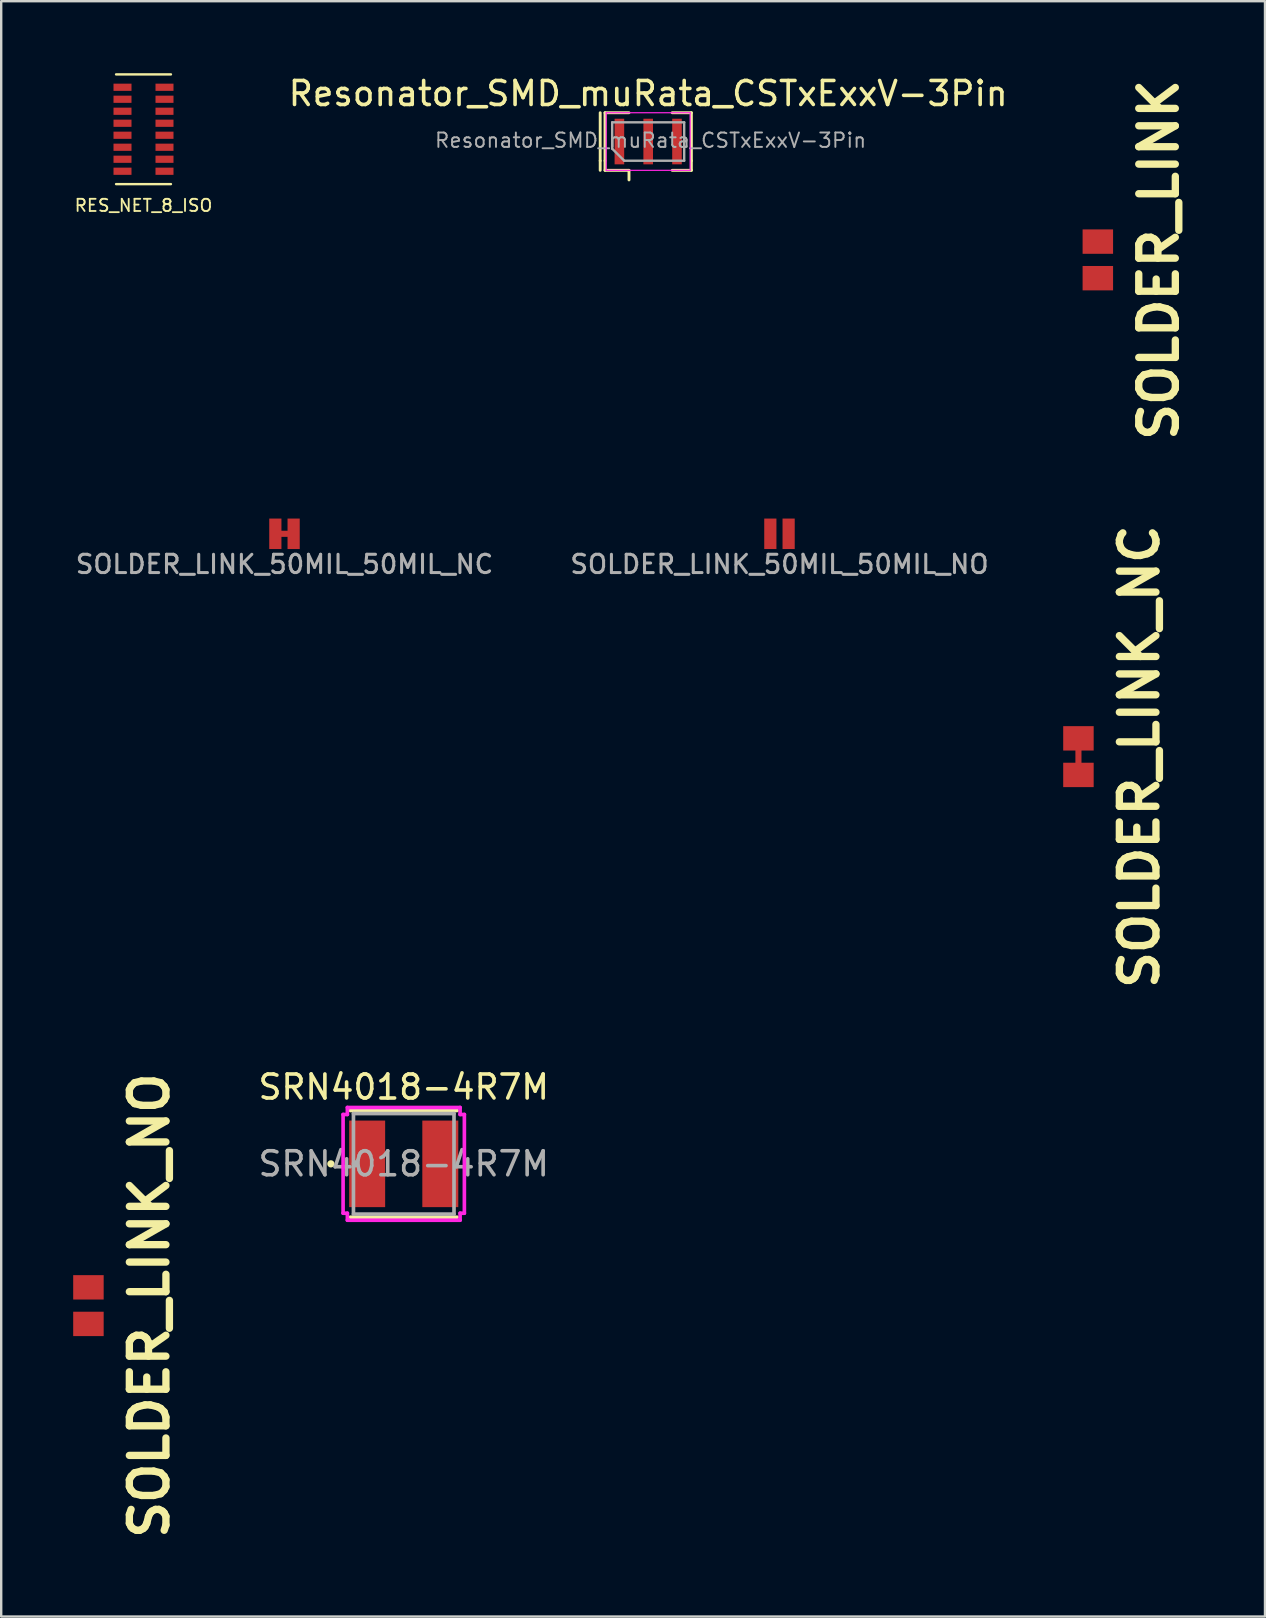
<source format=kicad_pcb>
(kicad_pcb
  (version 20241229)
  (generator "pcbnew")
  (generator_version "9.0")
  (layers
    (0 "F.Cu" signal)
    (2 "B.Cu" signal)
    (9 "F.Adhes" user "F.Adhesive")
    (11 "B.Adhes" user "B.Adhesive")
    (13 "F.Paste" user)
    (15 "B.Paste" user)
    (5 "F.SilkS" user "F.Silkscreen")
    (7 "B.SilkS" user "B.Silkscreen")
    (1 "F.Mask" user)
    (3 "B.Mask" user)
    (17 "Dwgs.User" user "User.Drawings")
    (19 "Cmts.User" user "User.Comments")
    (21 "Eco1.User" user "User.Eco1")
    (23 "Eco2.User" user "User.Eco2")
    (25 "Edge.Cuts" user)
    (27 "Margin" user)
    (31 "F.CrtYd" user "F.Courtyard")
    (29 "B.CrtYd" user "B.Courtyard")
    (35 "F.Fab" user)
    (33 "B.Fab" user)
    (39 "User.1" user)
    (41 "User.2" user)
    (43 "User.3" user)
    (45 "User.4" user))
  (footprint "RES_NET_8_ISO"
    (layer "F.Cu")
    (at 2.93 2.336)
    (property "Reference" "RES_NET_8_ISO" (at 0 3.175 0) (layer "F.SilkS") (effects (font (size 0.508 0.508) (thickness 0.076))))
    (attr through_hole)
    (fp_line (start -1.143 -2.286) (end 1.143 -2.286) (stroke (width 0.1) (type solid)) (layer "F.SilkS"))
    (fp_line (start -1.143 2.286) (end 1.143 2.286) (stroke (width 0.1) (type solid)) (layer "F.SilkS"))
    (pad "R11" smd rect (at -0.875 1.75 90) (size 0.3 0.75) (layers "F.Cu" "F.Mask" "F.Paste"))
    (pad "R12" smd rect (at 0.875 1.75 90) (size 0.3 0.75) (layers "F.Cu" "F.Mask" "F.Paste"))
    (pad "R21" smd rect (at -0.875 1.25 90) (size 0.3 0.75) (layers "F.Cu" "F.Mask" "F.Paste"))
    (pad "R22" smd rect (at 0.875 1.25 90) (size 0.3 0.75) (layers "F.Cu" "F.Mask" "F.Paste"))
    (pad "R31" smd rect (at -0.875 0.75 90) (size 0.3 0.75) (layers "F.Cu" "F.Mask" "F.Paste"))
    (pad "R32" smd rect (at 0.875 0.75 90) (size 0.3 0.75) (layers "F.Cu" "F.Mask" "F.Paste"))
    (pad "R41" smd rect (at -0.875 0.25 90) (size 0.3 0.75) (layers "F.Cu" "F.Mask" "F.Paste"))
    (pad "R42" smd rect (at 0.875 0.25 90) (size 0.3 0.75) (layers "F.Cu" "F.Mask" "F.Paste"))
    (pad "R51" smd rect (at -0.875 -0.25 90) (size 0.3 0.75) (layers "F.Cu" "F.Mask" "F.Paste"))
    (pad "R52" smd rect (at 0.875 -0.25 90) (size 0.3 0.75) (layers "F.Cu" "F.Mask" "F.Paste"))
    (pad "R61" smd rect (at -0.875 -0.75 90) (size 0.3 0.75) (layers "F.Cu" "F.Mask" "F.Paste"))
    (pad "R62" smd rect (at 0.875 -0.75 90) (size 0.3 0.75) (layers "F.Cu" "F.Mask" "F.Paste"))
    (pad "R71" smd rect (at -0.875 -1.25 90) (size 0.3 0.75) (layers "F.Cu" "F.Mask" "F.Paste"))
    (pad "R72" smd rect (at 0.875 -1.25 90) (size 0.3 0.75) (layers "F.Cu" "F.Mask" "F.Paste"))
    (pad "R81" smd rect (at -0.875 -1.75 90) (size 0.3 0.75) (layers "F.Cu" "F.Mask" "F.Paste"))
    (pad "R82" smd rect (at 0.875 -1.75 90) (size 0.3 0.75) (layers "F.Cu" "F.Mask" "F.Paste")))
  (footprint "SRN4018-4R7M"
    (layer "F.Cu")
    (at 13.774 45.449)
    (property "Reference" "SRN4018-4R7M" (at 0 -3.2 0) (layer "F.SilkS") (effects (font (size 1 1) (thickness 0.15))))
    (attr through_hole)
    (fp_line (start -2.223 2.223) (end 2.223 2.223) (stroke (width 0.152) (type solid)) (layer "F.SilkS"))
    (fp_line (start 2.223 -2.223) (end -2.223 -2.223) (stroke (width 0.152) (type solid)) (layer "F.SilkS"))
    (fp_circle (center -3.035 0) (end -2.959 0) (stroke (width 0.152) (type solid)) (fill no) (layer "F.SilkS"))
    (fp_line (start -2.527 -2.057) (end -2.349 -2.057) (stroke (width 0.152) (type solid)) (layer "F.CrtYd"))
    (fp_line (start -2.527 2.057) (end -2.527 -2.057) (stroke (width 0.152) (type solid)) (layer "F.CrtYd"))
    (fp_line (start -2.349 -2.349) (end 2.349 -2.349) (stroke (width 0.152) (type solid)) (layer "F.CrtYd"))
    (fp_line (start -2.349 -2.057) (end -2.349 -2.349) (stroke (width 0.152) (type solid)) (layer "F.CrtYd"))
    (fp_line (start -2.349 2.057) (end -2.527 2.057) (stroke (width 0.152) (type solid)) (layer "F.CrtYd"))
    (fp_line (start -2.349 2.349) (end -2.349 2.057) (stroke (width 0.152) (type solid)) (layer "F.CrtYd"))
    (fp_line (start 2.349 -2.349) (end 2.349 -2.057) (stroke (width 0.152) (type solid)) (layer "F.CrtYd"))
    (fp_line (start 2.349 -2.057) (end 2.527 -2.057) (stroke (width 0.152) (type solid)) (layer "F.CrtYd"))
    (fp_line (start 2.349 2.057) (end 2.349 2.349) (stroke (width 0.152) (type solid)) (layer "F.CrtYd"))
    (fp_line (start 2.349 2.349) (end -2.349 2.349) (stroke (width 0.152) (type solid)) (layer "F.CrtYd"))
    (fp_line (start 2.527 -2.057) (end 2.527 2.057) (stroke (width 0.152) (type solid)) (layer "F.CrtYd"))
    (fp_line (start 2.527 2.057) (end 2.349 2.057) (stroke (width 0.152) (type solid)) (layer "F.CrtYd"))
    (fp_line (start -2.095 -2.095) (end -2.095 2.095) (stroke (width 0.152) (type solid)) (layer "F.Fab"))
    (fp_line (start -2.095 2.095) (end 2.095 2.095) (stroke (width 0.152) (type solid)) (layer "F.Fab"))
    (fp_line (start 2.095 -2.095) (end -2.095 -2.095) (stroke (width 0.152) (type solid)) (layer "F.Fab"))
    (fp_line (start 2.095 2.095) (end 2.095 -2.095) (stroke (width 0.152) (type solid)) (layer "F.Fab"))
    (fp_circle (center -2.019 0) (end -1.943 0) (stroke (width 0.152) (type solid)) (fill no) (layer "F.Fab"))
    (fp_text user "${REFERENCE}" (at 0 0 0) (layer "F.Fab") (effects (font (size 1 1) (thickness 0.15))))
    (pad "1" smd rect (at -1.524 0) (size 1.499 3.607) (layers "F.Cu" "F.Mask" "F.Paste"))
    (pad "2" smd rect (at 1.524 0) (size 1.499 3.607) (layers "F.Cu" "F.Mask" "F.Paste")))
  (footprint "Resonator_SMD_muRata_CSTxExxV-3Pin"
    (layer "F.Cu")
    (at 23.961 2.848)
    (property "Reference" "Resonator_SMD_muRata_CSTxExxV-3Pin" (at 0 -2 0) (layer "F.SilkS") (effects (font (size 1 1) (thickness 0.15))))
    (attr smd)
    (fp_line (start -2 -1.2) (end -2 0.8) (stroke (width 0.12) (type solid)) (layer "F.SilkS"))
    (fp_line (start -2 0.8) (end -2 1.2) (stroke (width 0.12) (type solid)) (layer "F.SilkS"))
    (fp_line (start -1.8 -1.2) (end -0.8 -1.2) (stroke (width 0.12) (type solid)) (layer "F.SilkS"))
    (fp_line (start -1.8 0.8) (end -1.8 -1.2) (stroke (width 0.12) (type solid)) (layer "F.SilkS"))
    (fp_line (start -1.8 0.8) (end -1.8 1.2) (stroke (width 0.12) (type solid)) (layer "F.SilkS"))
    (fp_line (start -0.8 1.2) (end -1.8 1.2) (stroke (width 0.12) (type solid)) (layer "F.SilkS"))
    (fp_line (start -0.8 1.2) (end -0.8 1.6) (stroke (width 0.12) (type solid)) (layer "F.SilkS"))
    (fp_line (start 1 -1.2) (end 1.8 -1.2) (stroke (width 0.12) (type solid)) (layer "F.SilkS"))
    (fp_line (start 1.8 -1.2) (end 1.8 0.8) (stroke (width 0.12) (type solid)) (layer "F.SilkS"))
    (fp_line (start 1.8 0.8) (end 1.8 1.2) (stroke (width 0.12) (type solid)) (layer "F.SilkS"))
    (fp_line (start 1.8 1.2) (end 1 1.2) (stroke (width 0.12) (type solid)) (layer "F.SilkS"))
    (fp_line (start -1.75 -1.2) (end 1.75 -1.2) (stroke (width 0.05) (type solid)) (layer "F.CrtYd"))
    (fp_line (start -1.75 1.2) (end -1.75 -1.2) (stroke (width 0.05) (type solid)) (layer "F.CrtYd"))
    (fp_line (start 1.75 -1.2) (end 1.75 1.2) (stroke (width 0.05) (type solid)) (layer "F.CrtYd"))
    (fp_line (start 1.75 1.2) (end -1.75 1.2) (stroke (width 0.05) (type solid)) (layer "F.CrtYd"))
    (fp_line (start -1.5 0.3) (end -1.5 -0.8) (stroke (width 0.1) (type solid)) (layer "F.Fab"))
    (fp_line (start -1 0.8) (end -1.5 0.3) (stroke (width 0.1) (type solid)) (layer "F.Fab"))
    (fp_line (start -1 0.8) (end 1.5 0.8) (stroke (width 0.1) (type solid)) (layer "F.Fab"))
    (fp_line (start 1.5 -0.8) (end -1.5 -0.8) (stroke (width 0.1) (type solid)) (layer "F.Fab"))
    (fp_line (start 1.5 0.8) (end 1.5 -0.8) (stroke (width 0.1) (type solid)) (layer "F.Fab"))
    (fp_text user "${REFERENCE}" (at 0.1 -0.05 0) (layer "F.Fab") (effects (font (size 0.6 0.6) (thickness 0.08))))
    (pad "1" smd rect (at -1.2 0) (size 0.4 1.9) (layers "F.Cu" "F.Mask" "F.Paste"))
    (pad "2" smd rect (at 0 0) (size 0.4 1.9) (layers "F.Cu" "F.Mask" "F.Paste"))
    (pad "3" smd rect (at 1.2 0) (size 0.4 1.9) (layers "F.Cu" "F.Mask" "F.Paste")))
  (footprint "SOLDER_LINK"
    (layer "F.Cu")
    (at 42.698 7.78)
    (property "Reference" "SOLDER_LINK" (at 2.54 0 90) (layer "F.SilkS") (effects (font (size 1.524 1.524) (thickness 0.305))))
    (attr through_hole)
    (pad "1" smd rect (at 0 -0.762) (size 1.27 1.016) (layers "F.Cu" "F.Mask" "F.Paste"))
    (pad "2" smd rect (at 0 0.762) (size 1.27 1.016) (layers "F.Cu" "F.Mask" "F.Paste")))
  (footprint "SOLDER_LINK_50MIL_50MIL_NC"
    (layer "F.Cu")
    (at 8.805 19.194)
    (property "Reference" "SOLDER_LINK_50MIL_50MIL_NC" (at 0 1.27 0) (layer "F.Fab") (effects (font (size 0.762 0.762) (thickness 0.127))))
    (attr through_hole)
    (fp_line (start -0.254 0) (end 0.254 0) (stroke (width 0.254) (type solid)) (layer "F.Cu"))
    (pad "1" smd rect (at -0.381 0) (size 0.508 1.27) (layers "F.Cu" "F.Mask"))
    (pad "2" smd rect (at 0.381 0) (size 0.508 1.27) (layers "F.Cu" "F.Mask")))
  (footprint "SOLDER_LINK_NO"
    (layer "F.Cu")
    (at 0.635 51.357)
    (property "Reference" "SOLDER_LINK_NO" (at 2.54 0 90) (layer "F.SilkS") (effects (font (size 1.524 1.524) (thickness 0.305))))
    (attr through_hole)
    (pad "1" smd rect (at 0 -0.762) (size 1.27 1.016) (layers "F.Cu" "F.Mask" "F.Paste"))
    (pad "2" smd rect (at 0 0.762) (size 1.27 1.016) (layers "F.Cu" "F.Mask" "F.Paste")))
  (footprint "SOLDER_LINK_50MIL_50MIL_NO"
    (layer "F.Cu")
    (at 29.432 19.194)
    (property "Reference" "SOLDER_LINK_50MIL_50MIL_NO" (at 0 1.27 0) (layer "F.Fab") (effects (font (size 0.762 0.762) (thickness 0.127))))
    (attr through_hole)
    (pad "1" smd rect (at -0.381 0) (size 0.508 1.27) (layers "F.Cu" "F.Mask"))
    (pad "2" smd rect (at 0.381 0) (size 0.508 1.27) (layers "F.Cu" "F.Mask")))
  (footprint "SOLDER_LINK_NC"
    (layer "F.Cu")
    (at 41.89 28.48)
    (property "Reference" "SOLDER_LINK_NC" (at 2.54 0 90) (layer "F.SilkS") (effects (font (size 1.524 1.524) (thickness 0.305))))
    (attr through_hole)
    (fp_line (start 0 0.508) (end 0 -0.508) (stroke (width 0.254) (type solid)) (layer "F.Cu"))
    (pad "1" smd rect (at 0 -0.762) (size 1.27 1.016) (layers "F.Cu" "F.Mask" "F.Paste"))
    (pad "2" smd rect (at 0 0.762) (size 1.27 1.016) (layers "F.Cu" "F.Mask" "F.Paste")))
  (gr_rect
    (start -3 -3)
    (end 49.664 64.314)
    (stroke (width 0.1) (type default))
    (fill no)
    (layer "Edge.Cuts")))
</source>
